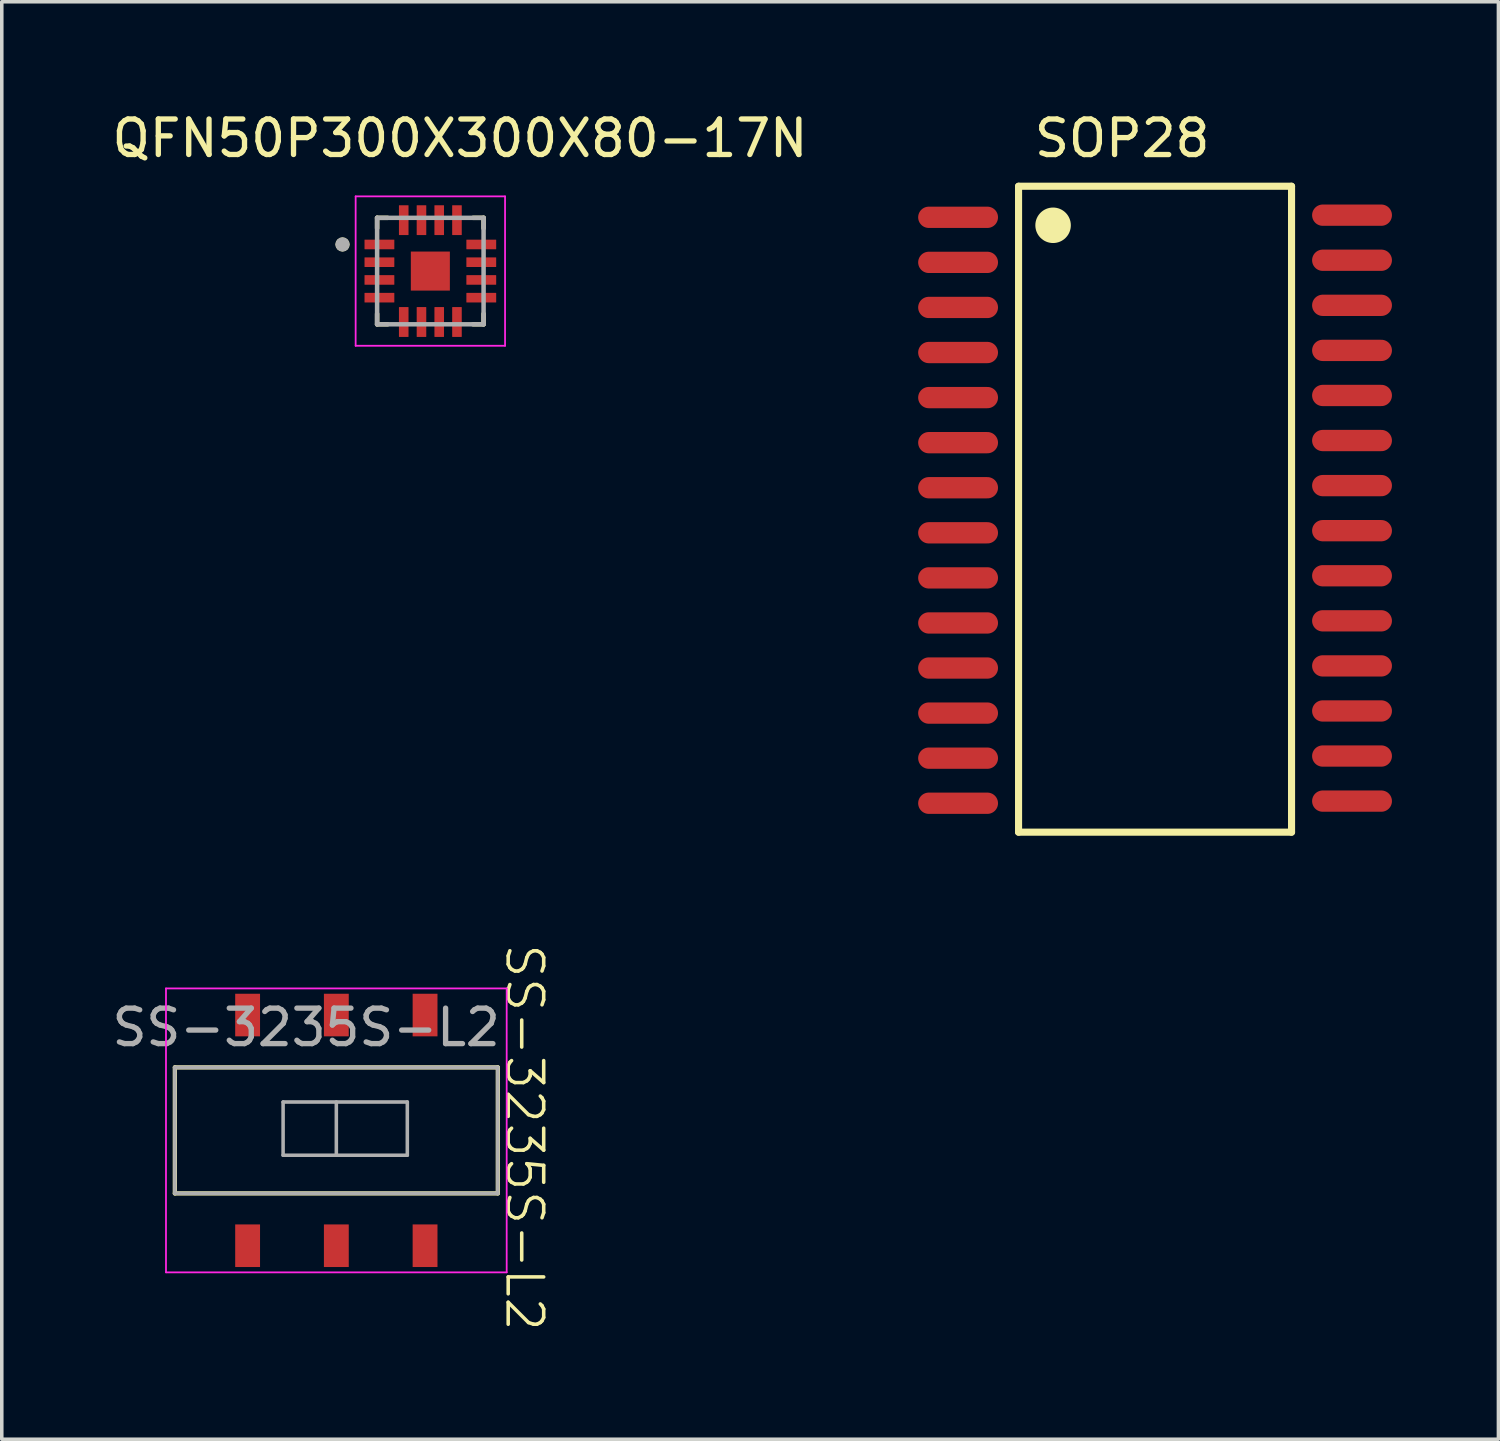
<source format=kicad_pcb>
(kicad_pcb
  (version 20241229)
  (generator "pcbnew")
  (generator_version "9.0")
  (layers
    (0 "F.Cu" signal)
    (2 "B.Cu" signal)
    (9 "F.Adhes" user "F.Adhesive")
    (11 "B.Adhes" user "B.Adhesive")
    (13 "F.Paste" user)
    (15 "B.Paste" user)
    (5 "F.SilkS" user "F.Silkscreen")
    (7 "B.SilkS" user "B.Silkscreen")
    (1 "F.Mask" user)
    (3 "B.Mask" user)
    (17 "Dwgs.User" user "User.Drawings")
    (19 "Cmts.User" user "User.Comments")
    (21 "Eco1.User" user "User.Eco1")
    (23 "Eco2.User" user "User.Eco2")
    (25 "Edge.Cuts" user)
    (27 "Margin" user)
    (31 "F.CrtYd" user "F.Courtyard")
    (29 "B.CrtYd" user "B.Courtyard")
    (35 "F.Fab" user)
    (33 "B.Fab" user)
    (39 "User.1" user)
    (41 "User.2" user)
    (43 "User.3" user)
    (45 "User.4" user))
  (footprint "SOP28"
    (layer "F.Cu")
    (at 29.496 11.298)
    (property "Reference" "SOP28" (at -0.926 -10.449 0) (layer "F.SilkS") (effects (font (size 1.001 1.001) (thickness 0.15))))
    (attr smd)
    (fp_line (start -3.846 -9.1) (end 3.846 -9.1) (stroke (width 0.2) (type solid)) (layer "F.SilkS"))
    (fp_line (start -3.846 9.1) (end -3.846 -9.1) (stroke (width 0.2) (type solid)) (layer "F.SilkS"))
    (fp_line (start 3.846 -9.1) (end 3.846 9.1) (stroke (width 0.2) (type solid)) (layer "F.SilkS"))
    (fp_line (start 3.846 9.1) (end -3.846 9.1) (stroke (width 0.2) (type solid)) (layer "F.SilkS"))
    (fp_circle (center -2.873 -8) (end -2.373 -8) (stroke (width 0) (type solid)) (fill yes) (layer "F.SilkS"))
    (pad "1" smd oval (at -5.55 -8.225) (size 2.25 0.6) (layers "F.Cu" "F.Mask" "F.Paste"))
    (pad "2" smd oval (at -5.55 -6.955) (size 2.25 0.6) (layers "F.Cu" "F.Mask" "F.Paste"))
    (pad "3" smd oval (at -5.55 -5.685) (size 2.25 0.6) (layers "F.Cu" "F.Mask" "F.Paste"))
    (pad "4" smd oval (at -5.55 -4.415) (size 2.25 0.6) (layers "F.Cu" "F.Mask" "F.Paste"))
    (pad "5" smd oval (at -5.55 -3.145) (size 2.25 0.6) (layers "F.Cu" "F.Mask" "F.Paste"))
    (pad "6" smd oval (at -5.55 -1.875) (size 2.25 0.6) (layers "F.Cu" "F.Mask" "F.Paste"))
    (pad "7" smd oval (at -5.55 -0.605) (size 2.25 0.6) (layers "F.Cu" "F.Mask" "F.Paste"))
    (pad "8" smd oval (at -5.55 0.665) (size 2.25 0.6) (layers "F.Cu" "F.Mask" "F.Paste"))
    (pad "9" smd oval (at -5.55 1.935) (size 2.25 0.6) (layers "F.Cu" "F.Mask" "F.Paste"))
    (pad "10" smd oval (at -5.55 3.205) (size 2.25 0.6) (layers "F.Cu" "F.Mask" "F.Paste"))
    (pad "11" smd oval (at -5.55 4.475) (size 2.25 0.6) (layers "F.Cu" "F.Mask" "F.Paste"))
    (pad "12" smd oval (at -5.55 5.745) (size 2.25 0.6) (layers "F.Cu" "F.Mask" "F.Paste"))
    (pad "13" smd oval (at -5.55 7.015) (size 2.25 0.6) (layers "F.Cu" "F.Mask" "F.Paste"))
    (pad "14" smd oval (at -5.55 8.285) (size 2.25 0.6) (layers "F.Cu" "F.Mask" "F.Paste"))
    (pad "15" smd oval (at 5.55 8.225 180) (size 2.25 0.6) (layers "F.Cu" "F.Mask" "F.Paste"))
    (pad "16" smd oval (at 5.55 6.955 180) (size 2.25 0.6) (layers "F.Cu" "F.Mask" "F.Paste"))
    (pad "17" smd oval (at 5.55 5.685 180) (size 2.25 0.6) (layers "F.Cu" "F.Mask" "F.Paste"))
    (pad "18" smd oval (at 5.55 4.415 180) (size 2.25 0.6) (layers "F.Cu" "F.Mask" "F.Paste"))
    (pad "19" smd oval (at 5.55 3.145 180) (size 2.25 0.6) (layers "F.Cu" "F.Mask" "F.Paste"))
    (pad "20" smd oval (at 5.55 1.875 180) (size 2.25 0.6) (layers "F.Cu" "F.Mask" "F.Paste"))
    (pad "21" smd oval (at 5.55 0.605 180) (size 2.25 0.6) (layers "F.Cu" "F.Mask" "F.Paste"))
    (pad "22" smd oval (at 5.55 -0.665 180) (size 2.25 0.6) (layers "F.Cu" "F.Mask" "F.Paste"))
    (pad "23" smd oval (at 5.55 -1.935 180) (size 2.25 0.6) (layers "F.Cu" "F.Mask" "F.Paste"))
    (pad "24" smd oval (at 5.55 -3.205 180) (size 2.25 0.6) (layers "F.Cu" "F.Mask" "F.Paste"))
    (pad "25" smd oval (at 5.55 -4.475 180) (size 2.25 0.6) (layers "F.Cu" "F.Mask" "F.Paste"))
    (pad "26" smd oval (at 5.55 -5.745 180) (size 2.25 0.6) (layers "F.Cu" "F.Mask" "F.Paste"))
    (pad "27" smd oval (at 5.55 -7.015 180) (size 2.25 0.6) (layers "F.Cu" "F.Mask" "F.Paste"))
    (pad "28" smd oval (at 5.55 -8.285 180) (size 2.25 0.6) (layers "F.Cu" "F.Mask" "F.Paste")))
  (footprint "SS-3235S-L2"
    (layer "F.Cu")
    (at 6.427 28.801)
    (property "Reference" "SS-3235S-L2" (at 5.3 0.2 270) (unlocked yes) (layer "F.SilkS") (effects (font (size 1 1) (thickness 0.1))))
    (attr smd)
    (fp_line (start -4.55 -1.775) (end -4.55 1.775) (stroke (width 0.12) (type solid)) (layer "F.SilkS"))
    (fp_line (start 4.55 -1.775) (end -4.55 -1.775) (stroke (width 0.12) (type solid)) (layer "F.SilkS"))
    (fp_line (start 4.55 -1.775) (end 4.55 1.775) (stroke (width 0.12) (type solid)) (layer "F.SilkS"))
    (fp_line (start 4.55 1.775) (end -4.55 1.775) (stroke (width 0.12) (type solid)) (layer "F.SilkS"))
    (fp_line (start -4.8 -4) (end -4.8 4) (stroke (width 0.05) (type solid)) (layer "F.CrtYd"))
    (fp_line (start -4.8 -4) (end 4.8 -4) (stroke (width 0.05) (type solid)) (layer "F.CrtYd"))
    (fp_line (start -4.8 4) (end 4.8 4) (stroke (width 0.05) (type solid)) (layer "F.CrtYd"))
    (fp_line (start 4.8 -4) (end 4.8 4) (stroke (width 0.05) (type solid)) (layer "F.CrtYd"))
    (fp_line (start -4.55 -1.775) (end -4.55 1.775) (stroke (width 0.1) (type solid)) (layer "F.Fab"))
    (fp_line (start -4.55 -1.775) (end 4.55 -1.775) (stroke (width 0.1) (type solid)) (layer "F.Fab"))
    (fp_line (start -4.55 1.775) (end 4.55 1.775) (stroke (width 0.1) (type solid)) (layer "F.Fab"))
    (fp_line (start -1.5 -0.8) (end -1.5 0.7) (stroke (width 0.1) (type solid)) (layer "F.Fab"))
    (fp_line (start -1.5 -0.8) (end 2 -0.8) (stroke (width 0.1) (type solid)) (layer "F.Fab"))
    (fp_line (start 0 -0.8) (end 0 0.7) (stroke (width 0.1) (type solid)) (layer "F.Fab"))
    (fp_line (start 2 -0.8) (end 2 0.7) (stroke (width 0.1) (type solid)) (layer "F.Fab"))
    (fp_line (start 2 0.7) (end -1.5 0.7) (stroke (width 0.1) (type solid)) (layer "F.Fab"))
    (fp_line (start 4.55 -1.775) (end 4.55 1.775) (stroke (width 0.1) (type solid)) (layer "F.Fab"))
    (fp_text user "${REFERENCE}" (at -0.85 -2.9 0) (layer "F.Fab") (effects (font (size 1 1) (thickness 0.15))))
    (pad "1" smd rect (at -2.5 -3.25) (size 0.7 1.2) (layers "F.Cu" "F.Mask" "F.Paste"))
    (pad "2" smd rect (at 0 -3.25) (size 0.7 1.2) (layers "F.Cu" "F.Mask" "F.Paste"))
    (pad "3" smd rect (at 2.5 -3.25) (size 0.7 1.2) (layers "F.Cu" "F.Mask" "F.Paste"))
    (pad "4" smd rect (at -2.5 3.25) (size 0.7 1.2) (layers "F.Cu" "F.Mask" "F.Paste"))
    (pad "5" smd rect (at 0 3.25) (size 0.7 1.2) (layers "F.Cu" "F.Mask" "F.Paste"))
    (pad "6" smd rect (at 2.5 3.25) (size 0.7 1.2) (layers "F.Cu" "F.Mask" "F.Paste")))
  (footprint "QFN50P300X300X80-17N"
    (layer "F.Cu")
    (at 9.076 4.588)
    (property "Reference" "QFN50P300X300X80-17N" (at 0.835 -3.74 0) (layer "F.SilkS") (effects (font (size 1 1) (thickness 0.15))))
    (attr smd)
    (fp_line (start -1.5 -1.5) (end -1.5 -1.205) (stroke (width 0.127) (type solid)) (layer "F.SilkS"))
    (fp_line (start -1.5 -1.5) (end -1.205 -1.5) (stroke (width 0.127) (type solid)) (layer "F.SilkS"))
    (fp_line (start -1.5 1.5) (end -1.5 1.205) (stroke (width 0.127) (type solid)) (layer "F.SilkS"))
    (fp_line (start -1.5 1.5) (end -1.205 1.5) (stroke (width 0.127) (type solid)) (layer "F.SilkS"))
    (fp_line (start 1.5 -1.5) (end 1.205 -1.5) (stroke (width 0.127) (type solid)) (layer "F.SilkS"))
    (fp_line (start 1.5 -1.5) (end 1.5 -1.205) (stroke (width 0.127) (type solid)) (layer "F.SilkS"))
    (fp_line (start 1.5 1.5) (end 1.205 1.5) (stroke (width 0.127) (type solid)) (layer "F.SilkS"))
    (fp_line (start 1.5 1.5) (end 1.5 1.205) (stroke (width 0.127) (type solid)) (layer "F.SilkS"))
    (fp_circle (center -2.475 -0.75) (end -2.375 -0.75) (stroke (width 0.2) (type solid)) (fill no) (layer "F.SilkS"))
    (fp_poly (pts (xy -0.35 -0.35) (xy 0.35 -0.35) (xy 0.35 0.35) (xy -0.35 0.35)) (stroke (width 0.01) (type solid)) (fill yes) (layer "F.Paste"))
    (fp_line (start -2.105 -2.105) (end 2.105 -2.105) (stroke (width 0.05) (type solid)) (layer "F.CrtYd"))
    (fp_line (start -2.105 2.105) (end -2.105 -2.105) (stroke (width 0.05) (type solid)) (layer "F.CrtYd"))
    (fp_line (start -2.105 2.105) (end 2.105 2.105) (stroke (width 0.05) (type solid)) (layer "F.CrtYd"))
    (fp_line (start 2.105 2.105) (end 2.105 -2.105) (stroke (width 0.05) (type solid)) (layer "F.CrtYd"))
    (fp_line (start -1.5 1.5) (end -1.5 -1.5) (stroke (width 0.127) (type solid)) (layer "F.Fab"))
    (fp_line (start 1.5 -1.5) (end -1.5 -1.5) (stroke (width 0.127) (type solid)) (layer "F.Fab"))
    (fp_line (start 1.5 1.5) (end -1.5 1.5) (stroke (width 0.127) (type solid)) (layer "F.Fab"))
    (fp_line (start 1.5 1.5) (end 1.5 -1.5) (stroke (width 0.127) (type solid)) (layer "F.Fab"))
    (fp_circle (center -2.475 -0.75) (end -2.375 -0.75) (stroke (width 0.2) (type solid)) (fill no) (layer "F.Fab"))
    (pad "1" smd roundrect (at -1.435 -0.75) (size 0.84 0.27) (layers "F.Cu" "F.Mask" "F.Paste") (roundrect_rratio 0.03))
    (pad "2" smd roundrect (at -1.435 -0.25) (size 0.84 0.27) (layers "F.Cu" "F.Mask" "F.Paste") (roundrect_rratio 0.03))
    (pad "3" smd roundrect (at -1.435 0.25) (size 0.84 0.27) (layers "F.Cu" "F.Mask" "F.Paste") (roundrect_rratio 0.03))
    (pad "4" smd roundrect (at -1.435 0.75) (size 0.84 0.27) (layers "F.Cu" "F.Mask" "F.Paste") (roundrect_rratio 0.03))
    (pad "5" smd roundrect (at -0.75 1.435 90) (size 0.84 0.27) (layers "F.Cu" "F.Mask" "F.Paste") (roundrect_rratio 0.03))
    (pad "6" smd roundrect (at -0.25 1.435 90) (size 0.84 0.27) (layers "F.Cu" "F.Mask" "F.Paste") (roundrect_rratio 0.03))
    (pad "7" smd roundrect (at 0.25 1.435 90) (size 0.84 0.27) (layers "F.Cu" "F.Mask" "F.Paste") (roundrect_rratio 0.03))
    (pad "8" smd roundrect (at 0.75 1.435 90) (size 0.84 0.27) (layers "F.Cu" "F.Mask" "F.Paste") (roundrect_rratio 0.03))
    (pad "9" smd roundrect (at 1.435 0.75) (size 0.84 0.27) (layers "F.Cu" "F.Mask" "F.Paste") (roundrect_rratio 0.03))
    (pad "10" smd roundrect (at 1.435 0.25) (size 0.84 0.27) (layers "F.Cu" "F.Mask" "F.Paste") (roundrect_rratio 0.03))
    (pad "11" smd roundrect (at 1.435 -0.25) (size 0.84 0.27) (layers "F.Cu" "F.Mask" "F.Paste") (roundrect_rratio 0.03))
    (pad "12" smd roundrect (at 1.435 -0.75) (size 0.84 0.27) (layers "F.Cu" "F.Mask" "F.Paste") (roundrect_rratio 0.03))
    (pad "13" smd roundrect (at 0.75 -1.435 90) (size 0.84 0.27) (layers "F.Cu" "F.Mask" "F.Paste") (roundrect_rratio 0.03))
    (pad "14" smd roundrect (at 0.25 -1.435 90) (size 0.84 0.27) (layers "F.Cu" "F.Mask" "F.Paste") (roundrect_rratio 0.03))
    (pad "15" smd roundrect (at -0.25 -1.435 90) (size 0.84 0.27) (layers "F.Cu" "F.Mask" "F.Paste") (roundrect_rratio 0.03))
    (pad "16" smd roundrect (at -0.75 -1.435 90) (size 0.84 0.27) (layers "F.Cu" "F.Mask" "F.Paste") (roundrect_rratio 0.03))
    (pad "17" smd rect (at 0 0) (size 1.1 1.1) (layers "F.Cu" "F.Mask")))
  (gr_rect
    (start -3 -3)
    (end 39.171 37.503)
    (stroke (width 0.1) (type default))
    (fill no)
    (layer "Edge.Cuts")))
</source>
